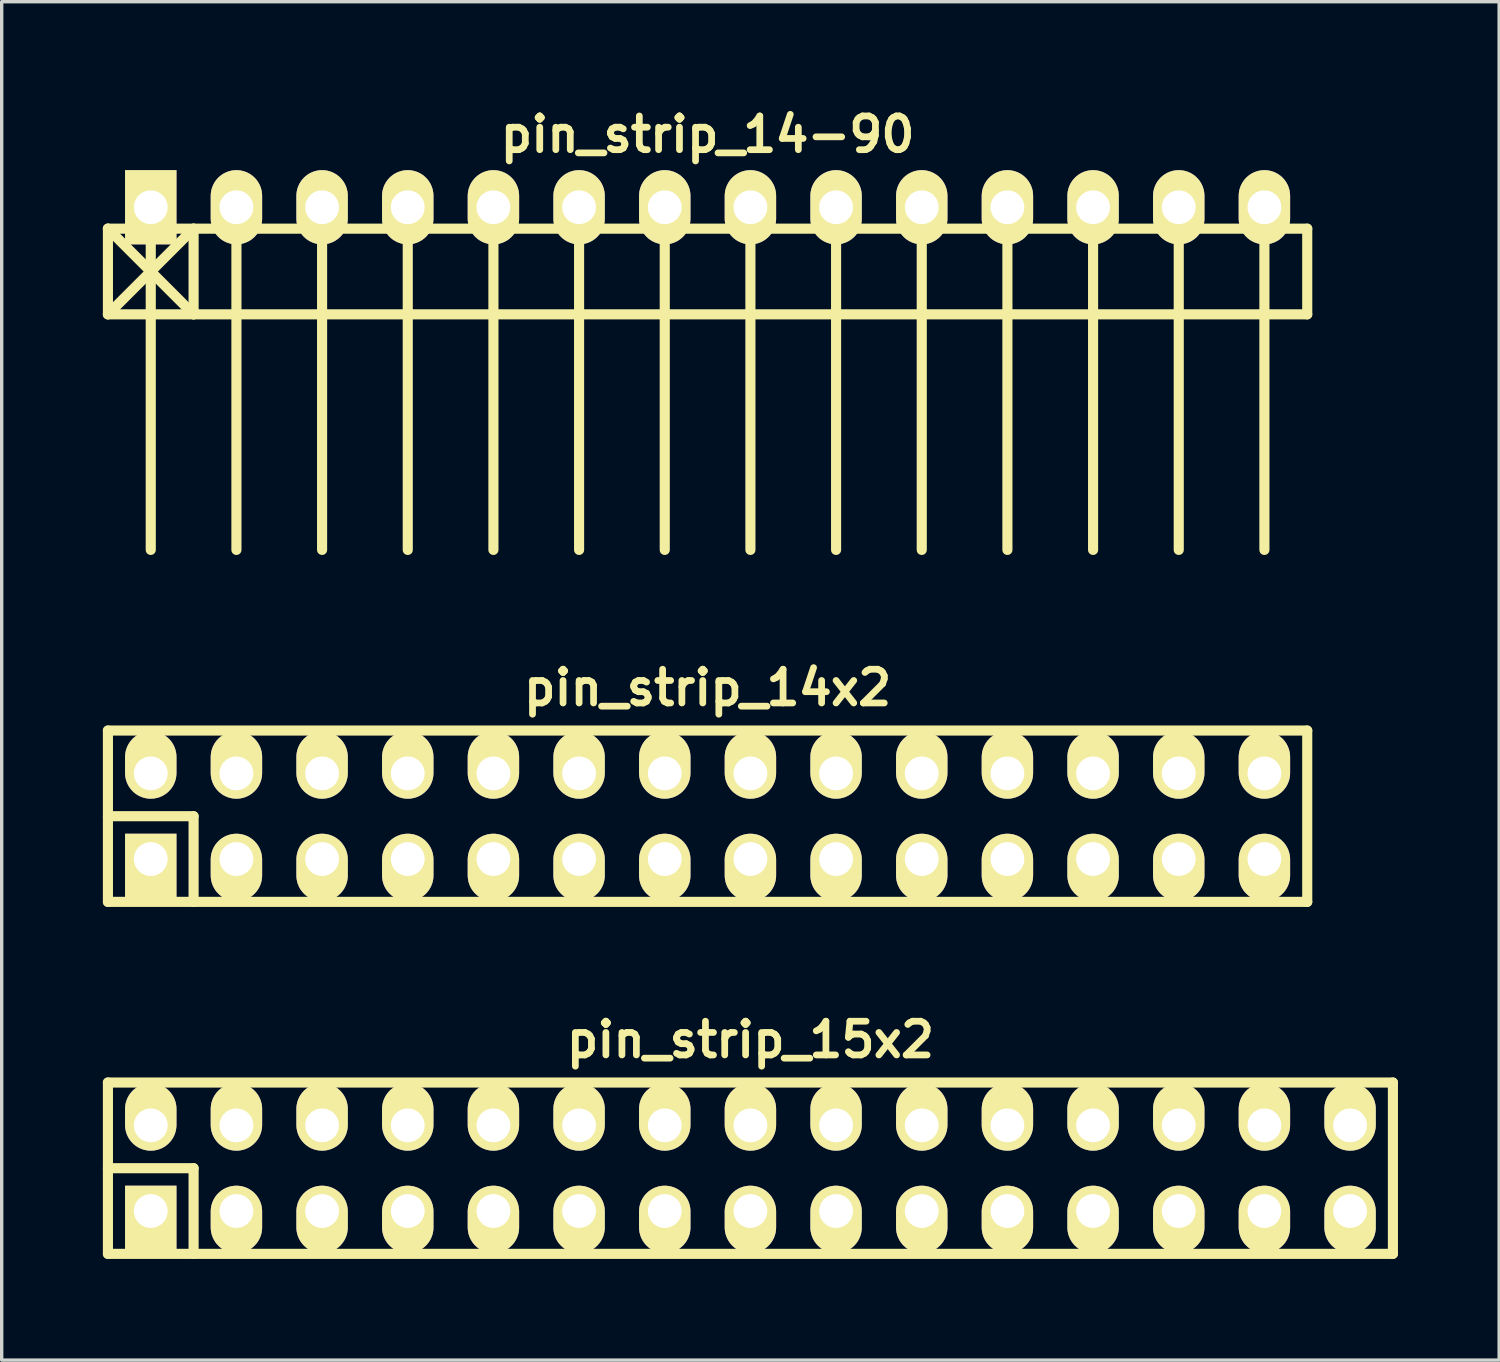
<source format=kicad_pcb>
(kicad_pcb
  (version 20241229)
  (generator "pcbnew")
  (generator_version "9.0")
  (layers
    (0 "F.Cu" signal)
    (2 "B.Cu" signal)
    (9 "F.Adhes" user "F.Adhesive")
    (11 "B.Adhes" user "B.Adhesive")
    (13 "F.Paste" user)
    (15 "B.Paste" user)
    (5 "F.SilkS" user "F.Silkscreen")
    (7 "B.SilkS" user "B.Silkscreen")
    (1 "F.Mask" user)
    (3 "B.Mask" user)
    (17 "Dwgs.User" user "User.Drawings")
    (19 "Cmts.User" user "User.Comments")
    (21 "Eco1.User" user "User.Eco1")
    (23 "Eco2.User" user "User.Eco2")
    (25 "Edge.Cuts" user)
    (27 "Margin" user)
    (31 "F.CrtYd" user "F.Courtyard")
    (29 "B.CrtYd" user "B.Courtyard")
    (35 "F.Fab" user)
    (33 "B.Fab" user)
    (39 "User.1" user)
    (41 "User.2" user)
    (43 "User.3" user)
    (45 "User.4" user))
  (footprint "pin_strip_14x2"
    (layer "F.Cu")
    (at 17.93 21.151)
    (property "Reference" "pin_strip_14x2" (at 0 -3.81 0) (layer "F.SilkS") (effects (font (size 1 1) (thickness 0.2))))
    (attr through_hole)
    (fp_line (start -17.78 -2.54) (end -17.78 2.54) (stroke (width 0.3) (type solid)) (layer "F.SilkS"))
    (fp_line (start -17.78 -2.54) (end 17.78 -2.54) (stroke (width 0.3) (type solid)) (layer "F.SilkS"))
    (fp_line (start -17.78 0) (end -15.24 0) (stroke (width 0.3) (type solid)) (layer "F.SilkS"))
    (fp_line (start -15.24 0) (end -15.24 2.54) (stroke (width 0.3) (type solid)) (layer "F.SilkS"))
    (fp_line (start 17.78 2.54) (end -17.78 2.54) (stroke (width 0.3) (type solid)) (layer "F.SilkS"))
    (fp_line (start 17.78 2.54) (end 17.78 -2.54) (stroke (width 0.3) (type solid)) (layer "F.SilkS"))
    (pad "1" thru_hole rect (at -16.51 1.27) (size 1.524 1.999) (drill 1.001 (offset 0 0.249)) (layers "*.Cu" "*.Mask" "F.SilkS"))
    (pad "2" thru_hole oval (at -16.51 -1.27) (size 1.524 1.999) (drill 1.001 (offset 0 -0.249)) (layers "*.Cu" "*.Mask" "F.SilkS"))
    (pad "3" thru_hole oval (at -13.97 1.27) (size 1.524 1.999) (drill 1.001 (offset 0 0.249)) (layers "*.Cu" "*.Mask" "F.SilkS"))
    (pad "4" thru_hole oval (at -13.97 -1.27) (size 1.524 1.999) (drill 1.001 (offset 0 -0.249)) (layers "*.Cu" "*.Mask" "F.SilkS"))
    (pad "5" thru_hole oval (at -11.43 1.27) (size 1.524 1.999) (drill 1.001 (offset 0 0.249)) (layers "*.Cu" "*.Mask" "F.SilkS"))
    (pad "6" thru_hole oval (at -11.43 -1.27) (size 1.524 1.999) (drill 1.001 (offset 0 -0.249)) (layers "*.Cu" "*.Mask" "F.SilkS"))
    (pad "7" thru_hole oval (at -8.89 1.27) (size 1.524 1.999) (drill 1.001 (offset 0 0.249)) (layers "*.Cu" "*.Mask" "F.SilkS"))
    (pad "8" thru_hole oval (at -8.89 -1.27) (size 1.524 1.999) (drill 1.001 (offset 0 -0.249)) (layers "*.Cu" "*.Mask" "F.SilkS"))
    (pad "9" thru_hole oval (at -6.35 1.27) (size 1.524 1.999) (drill 1.001 (offset 0 0.249)) (layers "*.Cu" "*.Mask" "F.SilkS"))
    (pad "10" thru_hole oval (at -6.35 -1.27) (size 1.524 1.999) (drill 1.001 (offset 0 -0.249)) (layers "*.Cu" "*.Mask" "F.SilkS"))
    (pad "11" thru_hole oval (at -3.81 1.27) (size 1.524 1.999) (drill 1.001 (offset 0 0.249)) (layers "*.Cu" "*.Mask" "F.SilkS"))
    (pad "12" thru_hole oval (at -3.81 -1.27) (size 1.524 1.999) (drill 1.001 (offset 0 -0.249)) (layers "*.Cu" "*.Mask" "F.SilkS"))
    (pad "13" thru_hole oval (at -1.27 1.27) (size 1.524 1.999) (drill 1.001 (offset 0 0.249)) (layers "*.Cu" "*.Mask" "F.SilkS"))
    (pad "14" thru_hole oval (at -1.27 -1.27) (size 1.524 1.999) (drill 1.001 (offset 0 -0.249)) (layers "*.Cu" "*.Mask" "F.SilkS"))
    (pad "15" thru_hole oval (at 1.27 1.27) (size 1.524 1.999) (drill 1.001 (offset 0 0.249)) (layers "*.Cu" "*.Mask" "F.SilkS"))
    (pad "16" thru_hole oval (at 1.27 -1.27) (size 1.524 1.999) (drill 1.001 (offset 0 -0.249)) (layers "*.Cu" "*.Mask" "F.SilkS"))
    (pad "17" thru_hole oval (at 3.81 1.27) (size 1.524 1.999) (drill 1.001 (offset 0 0.249)) (layers "*.Cu" "*.Mask" "F.SilkS"))
    (pad "18" thru_hole oval (at 3.81 -1.27) (size 1.524 1.999) (drill 1.001 (offset 0 -0.249)) (layers "*.Cu" "*.Mask" "F.SilkS"))
    (pad "19" thru_hole oval (at 6.35 1.27) (size 1.524 1.999) (drill 1.001 (offset 0 0.249)) (layers "*.Cu" "*.Mask" "F.SilkS"))
    (pad "20" thru_hole oval (at 6.35 -1.27) (size 1.524 1.999) (drill 1.001 (offset 0 -0.249)) (layers "*.Cu" "*.Mask" "F.SilkS"))
    (pad "21" thru_hole oval (at 8.89 1.27) (size 1.524 1.999) (drill 1.001 (offset 0 0.249)) (layers "*.Cu" "*.Mask" "F.SilkS"))
    (pad "22" thru_hole oval (at 8.89 -1.27) (size 1.524 1.999) (drill 1.001 (offset 0 -0.249)) (layers "*.Cu" "*.Mask" "F.SilkS"))
    (pad "23" thru_hole oval (at 11.43 1.27) (size 1.524 1.999) (drill 1.001 (offset 0 0.249)) (layers "*.Cu" "*.Mask" "F.SilkS"))
    (pad "24" thru_hole oval (at 11.43 -1.27) (size 1.524 1.999) (drill 1.001 (offset 0 -0.249)) (layers "*.Cu" "*.Mask" "F.SilkS"))
    (pad "25" thru_hole oval (at 13.97 1.27) (size 1.524 1.999) (drill 1.001 (offset 0 0.249)) (layers "*.Cu" "*.Mask" "F.SilkS"))
    (pad "26" thru_hole oval (at 13.97 -1.27) (size 1.524 1.999) (drill 1.001 (offset 0 -0.249)) (layers "*.Cu" "*.Mask" "F.SilkS"))
    (pad "27" thru_hole oval (at 16.51 1.27) (size 1.524 1.999) (drill 1.001 (offset 0 0.249)) (layers "*.Cu" "*.Mask" "F.SilkS"))
    (pad "28" thru_hole oval (at 16.51 -1.27) (size 1.524 1.999) (drill 1.001 (offset 0 -0.249)) (layers "*.Cu" "*.Mask" "F.SilkS")))
  (footprint "pin_strip_14-90"
    (layer "F.Cu")
    (at 17.93 3.095)
    (property "Reference" "pin_strip_14-90" (at 0 -2.159 0) (layer "F.SilkS") (effects (font (size 1 1) (thickness 0.2))))
    (attr through_hole)
    (fp_line (start -17.78 0.635) (end 17.78 0.635) (stroke (width 0.3) (type solid)) (layer "F.SilkS"))
    (fp_line (start -17.78 3.175) (end -17.78 0.635) (stroke (width 0.3) (type solid)) (layer "F.SilkS"))
    (fp_line (start -17.78 3.175) (end -15.24 0.635) (stroke (width 0.3) (type solid)) (layer "F.SilkS"))
    (fp_line (start -16.51 0) (end -16.51 10.16) (stroke (width 0.3) (type solid)) (layer "F.SilkS"))
    (fp_line (start -15.24 0.635) (end -15.24 3.175) (stroke (width 0.3) (type solid)) (layer "F.SilkS"))
    (fp_line (start -15.24 3.175) (end -17.78 0.635) (stroke (width 0.3) (type solid)) (layer "F.SilkS"))
    (fp_line (start -13.97 0) (end -13.97 10.16) (stroke (width 0.3) (type solid)) (layer "F.SilkS"))
    (fp_line (start -11.43 10.16) (end -11.43 0) (stroke (width 0.3) (type solid)) (layer "F.SilkS"))
    (fp_line (start -8.89 0) (end -8.89 10.16) (stroke (width 0.3) (type solid)) (layer "F.SilkS"))
    (fp_line (start -6.35 0) (end -6.35 10.16) (stroke (width 0.3) (type solid)) (layer "F.SilkS"))
    (fp_line (start -3.81 0) (end -3.81 10.16) (stroke (width 0.3) (type solid)) (layer "F.SilkS"))
    (fp_line (start -1.27 0) (end -1.27 10.16) (stroke (width 0.3) (type solid)) (layer "F.SilkS"))
    (fp_line (start 1.27 0) (end 1.27 10.16) (stroke (width 0.3) (type solid)) (layer "F.SilkS"))
    (fp_line (start 3.81 0) (end 3.81 10.16) (stroke (width 0.3) (type solid)) (layer "F.SilkS"))
    (fp_line (start 6.35 0) (end 6.35 10.16) (stroke (width 0.3) (type solid)) (layer "F.SilkS"))
    (fp_line (start 8.89 0) (end 8.89 10.16) (stroke (width 0.3) (type solid)) (layer "F.SilkS"))
    (fp_line (start 11.43 0) (end 11.43 10.16) (stroke (width 0.3) (type solid)) (layer "F.SilkS"))
    (fp_line (start 13.97 10.16) (end 13.97 0) (stroke (width 0.3) (type solid)) (layer "F.SilkS"))
    (fp_line (start 16.51 0) (end 16.51 10.16) (stroke (width 0.3) (type solid)) (layer "F.SilkS"))
    (fp_line (start 17.78 0.635) (end 17.78 3.175) (stroke (width 0.3) (type solid)) (layer "F.SilkS"))
    (fp_line (start 17.78 3.175) (end -17.78 3.175) (stroke (width 0.3) (type solid)) (layer "F.SilkS"))
    (pad "1" thru_hole rect (at -16.51 0) (size 1.524 2.2) (drill 1.001) (layers "*.Cu" "*.Mask" "F.SilkS"))
    (pad "2" thru_hole oval (at -13.97 0) (size 1.524 2.2) (drill 1.001) (layers "*.Cu" "*.Mask" "F.SilkS"))
    (pad "3" thru_hole oval (at -11.43 0) (size 1.524 2.2) (drill 1.001) (layers "*.Cu" "*.Mask" "F.SilkS"))
    (pad "4" thru_hole oval (at -8.89 0) (size 1.524 2.2) (drill 1.001) (layers "*.Cu" "*.Mask" "F.SilkS"))
    (pad "5" thru_hole oval (at -6.35 0) (size 1.524 2.2) (drill 1.001) (layers "*.Cu" "*.Mask" "F.SilkS"))
    (pad "6" thru_hole oval (at -3.81 0) (size 1.524 2.2) (drill 1.001) (layers "*.Cu" "*.Mask" "F.SilkS"))
    (pad "7" thru_hole oval (at -1.27 0) (size 1.524 2.2) (drill 1.001) (layers "*.Cu" "*.Mask" "F.SilkS"))
    (pad "8" thru_hole oval (at 1.27 0) (size 1.524 2.2) (drill 1.001) (layers "*.Cu" "*.Mask" "F.SilkS"))
    (pad "9" thru_hole oval (at 3.81 0) (size 1.524 2.2) (drill 1.001) (layers "*.Cu" "*.Mask" "F.SilkS"))
    (pad "10" thru_hole oval (at 6.35 0) (size 1.524 2.2) (drill 1.001) (layers "*.Cu" "*.Mask" "F.SilkS"))
    (pad "11" thru_hole oval (at 8.89 0) (size 1.524 2.2) (drill 1.001) (layers "*.Cu" "*.Mask" "F.SilkS"))
    (pad "12" thru_hole oval (at 11.43 0) (size 1.524 2.2) (drill 1.001) (layers "*.Cu" "*.Mask" "F.SilkS"))
    (pad "13" thru_hole oval (at 13.97 0) (size 1.524 2.2) (drill 1.001) (layers "*.Cu" "*.Mask" "F.SilkS"))
    (pad "14" thru_hole oval (at 16.51 0) (size 1.524 2.2) (drill 1.001) (layers "*.Cu" "*.Mask" "F.SilkS")))
  (footprint "pin_strip_15x2"
    (layer "F.Cu")
    (at 19.2 31.587)
    (property "Reference" "pin_strip_15x2" (at 0 -3.81 0) (layer "F.SilkS") (effects (font (size 1 1) (thickness 0.2))))
    (attr through_hole)
    (fp_line (start -19.05 -2.54) (end -19.05 2.54) (stroke (width 0.3) (type solid)) (layer "F.SilkS"))
    (fp_line (start -19.05 -2.54) (end 19.05 -2.54) (stroke (width 0.3) (type solid)) (layer "F.SilkS"))
    (fp_line (start -19.05 0) (end -16.51 0) (stroke (width 0.3) (type solid)) (layer "F.SilkS"))
    (fp_line (start -16.51 0) (end -16.51 2.54) (stroke (width 0.3) (type solid)) (layer "F.SilkS"))
    (fp_line (start 19.05 2.54) (end -19.05 2.54) (stroke (width 0.3) (type solid)) (layer "F.SilkS"))
    (fp_line (start 19.05 2.54) (end 19.05 -2.54) (stroke (width 0.3) (type solid)) (layer "F.SilkS"))
    (pad "1" thru_hole rect (at -17.78 1.27) (size 1.524 1.999) (drill 1.001 (offset 0 0.249)) (layers "*.Cu" "*.Mask" "F.SilkS"))
    (pad "2" thru_hole oval (at -17.78 -1.27) (size 1.524 1.999) (drill 1.001 (offset 0 -0.249)) (layers "*.Cu" "*.Mask" "F.SilkS"))
    (pad "3" thru_hole oval (at -15.24 1.27) (size 1.524 1.999) (drill 1.001 (offset 0 0.249)) (layers "*.Cu" "*.Mask" "F.SilkS"))
    (pad "4" thru_hole oval (at -15.24 -1.27) (size 1.524 1.999) (drill 1.001 (offset 0 -0.249)) (layers "*.Cu" "*.Mask" "F.SilkS"))
    (pad "5" thru_hole oval (at -12.7 1.27) (size 1.524 1.999) (drill 1.001 (offset 0 0.249)) (layers "*.Cu" "*.Mask" "F.SilkS"))
    (pad "6" thru_hole oval (at -12.7 -1.27) (size 1.524 1.999) (drill 1.001 (offset 0 -0.249)) (layers "*.Cu" "*.Mask" "F.SilkS"))
    (pad "7" thru_hole oval (at -10.16 1.27) (size 1.524 1.999) (drill 1.001 (offset 0 0.249)) (layers "*.Cu" "*.Mask" "F.SilkS"))
    (pad "8" thru_hole oval (at -10.16 -1.27) (size 1.524 1.999) (drill 1.001 (offset 0 -0.249)) (layers "*.Cu" "*.Mask" "F.SilkS"))
    (pad "9" thru_hole oval (at -7.62 1.27) (size 1.524 1.999) (drill 1.001 (offset 0 0.249)) (layers "*.Cu" "*.Mask" "F.SilkS"))
    (pad "10" thru_hole oval (at -7.62 -1.27) (size 1.524 1.999) (drill 1.001 (offset 0 -0.249)) (layers "*.Cu" "*.Mask" "F.SilkS"))
    (pad "11" thru_hole oval (at -5.08 1.27) (size 1.524 1.999) (drill 1.001 (offset 0 0.249)) (layers "*.Cu" "*.Mask" "F.SilkS"))
    (pad "12" thru_hole oval (at -5.08 -1.27) (size 1.524 1.999) (drill 1.001 (offset 0 -0.249)) (layers "*.Cu" "*.Mask" "F.SilkS"))
    (pad "13" thru_hole oval (at -2.54 1.27) (size 1.524 1.999) (drill 1.001 (offset 0 0.249)) (layers "*.Cu" "*.Mask" "F.SilkS"))
    (pad "14" thru_hole oval (at -2.54 -1.27) (size 1.524 1.999) (drill 1.001 (offset 0 -0.249)) (layers "*.Cu" "*.Mask" "F.SilkS"))
    (pad "15" thru_hole oval (at 0 1.27) (size 1.524 1.999) (drill 1.001 (offset 0 0.249)) (layers "*.Cu" "*.Mask" "F.SilkS"))
    (pad "16" thru_hole oval (at 0 -1.27) (size 1.524 1.999) (drill 1.001 (offset 0 -0.249)) (layers "*.Cu" "*.Mask" "F.SilkS"))
    (pad "17" thru_hole oval (at 2.54 1.27) (size 1.524 1.999) (drill 1.001 (offset 0 0.249)) (layers "*.Cu" "*.Mask" "F.SilkS"))
    (pad "18" thru_hole oval (at 2.54 -1.27) (size 1.524 1.999) (drill 1.001 (offset 0 -0.249)) (layers "*.Cu" "*.Mask" "F.SilkS"))
    (pad "19" thru_hole oval (at 5.08 1.27) (size 1.524 1.999) (drill 1.001 (offset 0 0.249)) (layers "*.Cu" "*.Mask" "F.SilkS"))
    (pad "20" thru_hole oval (at 5.08 -1.27) (size 1.524 1.999) (drill 1.001 (offset 0 -0.249)) (layers "*.Cu" "*.Mask" "F.SilkS"))
    (pad "21" thru_hole oval (at 7.62 1.27) (size 1.524 1.999) (drill 1.001 (offset 0 0.249)) (layers "*.Cu" "*.Mask" "F.SilkS"))
    (pad "22" thru_hole oval (at 7.62 -1.27) (size 1.524 1.999) (drill 1.001 (offset 0 -0.249)) (layers "*.Cu" "*.Mask" "F.SilkS"))
    (pad "23" thru_hole oval (at 10.16 1.27) (size 1.524 1.999) (drill 1.001 (offset 0 0.249)) (layers "*.Cu" "*.Mask" "F.SilkS"))
    (pad "24" thru_hole oval (at 10.16 -1.27) (size 1.524 1.999) (drill 1.001 (offset 0 -0.249)) (layers "*.Cu" "*.Mask" "F.SilkS"))
    (pad "25" thru_hole oval (at 12.7 1.27) (size 1.524 1.999) (drill 1.001 (offset 0 0.249)) (layers "*.Cu" "*.Mask" "F.SilkS"))
    (pad "26" thru_hole oval (at 12.7 -1.27) (size 1.524 1.999) (drill 1.001 (offset 0 -0.249)) (layers "*.Cu" "*.Mask" "F.SilkS"))
    (pad "27" thru_hole oval (at 15.24 1.27) (size 1.524 1.999) (drill 1.001 (offset 0 0.249)) (layers "*.Cu" "*.Mask" "F.SilkS"))
    (pad "28" thru_hole oval (at 15.24 -1.27) (size 1.524 1.999) (drill 1.001 (offset 0 -0.249)) (layers "*.Cu" "*.Mask" "F.SilkS"))
    (pad "29" thru_hole oval (at 17.78 1.27) (size 1.524 1.999) (drill 1.001 (offset 0 0.249)) (layers "*.Cu" "*.Mask" "F.SilkS"))
    (pad "30" thru_hole oval (at 17.78 -1.27) (size 1.524 1.999) (drill 1.001 (offset 0 -0.249)) (layers "*.Cu" "*.Mask" "F.SilkS")))
  (gr_rect
    (start -3 -3)
    (end 41.4 37.277)
    (stroke (width 0.1) (type default))
    (fill no)
    (layer "Edge.Cuts")))
</source>
